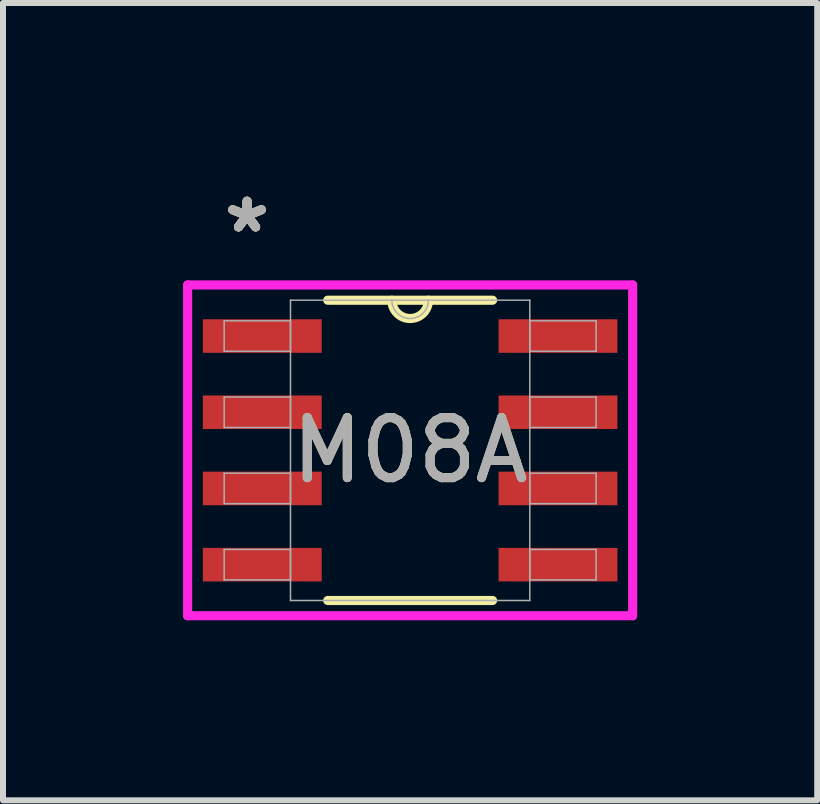
<source format=kicad_pcb>
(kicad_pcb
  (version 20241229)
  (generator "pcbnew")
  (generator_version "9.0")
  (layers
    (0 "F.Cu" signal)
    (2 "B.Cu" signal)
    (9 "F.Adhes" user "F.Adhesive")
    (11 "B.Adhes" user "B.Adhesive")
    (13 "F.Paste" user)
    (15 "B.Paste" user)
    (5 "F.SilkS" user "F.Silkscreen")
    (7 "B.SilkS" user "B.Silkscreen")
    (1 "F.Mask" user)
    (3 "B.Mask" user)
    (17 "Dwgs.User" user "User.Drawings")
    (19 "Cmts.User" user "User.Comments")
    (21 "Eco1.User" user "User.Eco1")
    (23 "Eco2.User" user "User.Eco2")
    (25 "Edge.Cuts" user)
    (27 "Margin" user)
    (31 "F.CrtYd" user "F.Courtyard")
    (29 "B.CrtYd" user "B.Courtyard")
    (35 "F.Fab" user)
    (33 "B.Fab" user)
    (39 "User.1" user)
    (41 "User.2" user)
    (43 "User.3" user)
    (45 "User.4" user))
  (footprint "M08A"
    (layer "F.Cu")
    (at 3.785 4.455)
    (property "Reference" "M08A" (at 0 0 0) (unlocked yes) (layer "F.SilkS") (effects (font (size 1 1) (thickness 0.15))))
    (attr smd)
    (fp_line (start -1.374 2.502) (end 1.374 2.502) (stroke (width 0.152) (type solid)) (layer "F.SilkS"))
    (fp_line (start 1.374 -2.502) (end -1.374 -2.502) (stroke (width 0.152) (type solid)) (layer "F.SilkS"))
    (fp_arc (start 0.3048 -2.5019) (mid 0 -2.1971) (end -0.3048 -2.5019) (stroke (width 0.1524) (type solid)) (layer "F.SilkS"))
    (fp_line (start -3.708 -2.756) (end 3.708 -2.756) (stroke (width 0.152) (type solid)) (layer "F.CrtYd"))
    (fp_line (start -3.708 2.756) (end -3.708 -2.756) (stroke (width 0.152) (type solid)) (layer "F.CrtYd"))
    (fp_line (start 3.708 -2.756) (end 3.708 2.756) (stroke (width 0.152) (type solid)) (layer "F.CrtYd"))
    (fp_line (start 3.708 2.756) (end -3.708 2.756) (stroke (width 0.152) (type solid)) (layer "F.CrtYd"))
    (fp_line (start -3.099 -2.159) (end -3.099 -1.651) (stroke (width 0.025) (type solid)) (layer "F.Fab"))
    (fp_line (start -3.099 -1.651) (end -1.994 -1.651) (stroke (width 0.025) (type solid)) (layer "F.Fab"))
    (fp_line (start -3.099 -0.889) (end -3.099 -0.381) (stroke (width 0.025) (type solid)) (layer "F.Fab"))
    (fp_line (start -3.099 -0.381) (end -1.994 -0.381) (stroke (width 0.025) (type solid)) (layer "F.Fab"))
    (fp_line (start -3.099 0.381) (end -3.099 0.889) (stroke (width 0.025) (type solid)) (layer "F.Fab"))
    (fp_line (start -3.099 0.889) (end -1.994 0.889) (stroke (width 0.025) (type solid)) (layer "F.Fab"))
    (fp_line (start -3.099 1.651) (end -3.099 2.159) (stroke (width 0.025) (type solid)) (layer "F.Fab"))
    (fp_line (start -3.099 2.159) (end -1.994 2.159) (stroke (width 0.025) (type solid)) (layer "F.Fab"))
    (fp_line (start -1.994 -2.502) (end -1.994 2.502) (stroke (width 0.025) (type solid)) (layer "F.Fab"))
    (fp_line (start -1.994 -2.159) (end -3.099 -2.159) (stroke (width 0.025) (type solid)) (layer "F.Fab"))
    (fp_line (start -1.994 -1.651) (end -1.994 -2.159) (stroke (width 0.025) (type solid)) (layer "F.Fab"))
    (fp_line (start -1.994 -0.889) (end -3.099 -0.889) (stroke (width 0.025) (type solid)) (layer "F.Fab"))
    (fp_line (start -1.994 -0.381) (end -1.994 -0.889) (stroke (width 0.025) (type solid)) (layer "F.Fab"))
    (fp_line (start -1.994 0.381) (end -3.099 0.381) (stroke (width 0.025) (type solid)) (layer "F.Fab"))
    (fp_line (start -1.994 0.889) (end -1.994 0.381) (stroke (width 0.025) (type solid)) (layer "F.Fab"))
    (fp_line (start -1.994 1.651) (end -3.099 1.651) (stroke (width 0.025) (type solid)) (layer "F.Fab"))
    (fp_line (start -1.994 2.159) (end -1.994 1.651) (stroke (width 0.025) (type solid)) (layer "F.Fab"))
    (fp_line (start -1.994 2.502) (end 1.994 2.502) (stroke (width 0.025) (type solid)) (layer "F.Fab"))
    (fp_line (start 1.994 -2.502) (end -1.994 -2.502) (stroke (width 0.025) (type solid)) (layer "F.Fab"))
    (fp_line (start 1.994 -2.159) (end 1.994 -1.651) (stroke (width 0.025) (type solid)) (layer "F.Fab"))
    (fp_line (start 1.994 -1.651) (end 3.099 -1.651) (stroke (width 0.025) (type solid)) (layer "F.Fab"))
    (fp_line (start 1.994 -0.889) (end 1.994 -0.381) (stroke (width 0.025) (type solid)) (layer "F.Fab"))
    (fp_line (start 1.994 -0.381) (end 3.099 -0.381) (stroke (width 0.025) (type solid)) (layer "F.Fab"))
    (fp_line (start 1.994 0.381) (end 1.994 0.889) (stroke (width 0.025) (type solid)) (layer "F.Fab"))
    (fp_line (start 1.994 0.889) (end 3.099 0.889) (stroke (width 0.025) (type solid)) (layer "F.Fab"))
    (fp_line (start 1.994 1.651) (end 1.994 2.159) (stroke (width 0.025) (type solid)) (layer "F.Fab"))
    (fp_line (start 1.994 2.159) (end 3.099 2.159) (stroke (width 0.025) (type solid)) (layer "F.Fab"))
    (fp_line (start 1.994 2.502) (end 1.994 -2.502) (stroke (width 0.025) (type solid)) (layer "F.Fab"))
    (fp_line (start 3.099 -2.159) (end 1.994 -2.159) (stroke (width 0.025) (type solid)) (layer "F.Fab"))
    (fp_line (start 3.099 -1.651) (end 3.099 -2.159) (stroke (width 0.025) (type solid)) (layer "F.Fab"))
    (fp_line (start 3.099 -0.889) (end 1.994 -0.889) (stroke (width 0.025) (type solid)) (layer "F.Fab"))
    (fp_line (start 3.099 -0.381) (end 3.099 -0.889) (stroke (width 0.025) (type solid)) (layer "F.Fab"))
    (fp_line (start 3.099 0.381) (end 1.994 0.381) (stroke (width 0.025) (type solid)) (layer "F.Fab"))
    (fp_line (start 3.099 0.889) (end 3.099 0.381) (stroke (width 0.025) (type solid)) (layer "F.Fab"))
    (fp_line (start 3.099 1.651) (end 1.994 1.651) (stroke (width 0.025) (type solid)) (layer "F.Fab"))
    (fp_line (start 3.099 2.159) (end 3.099 1.651) (stroke (width 0.025) (type solid)) (layer "F.Fab"))
    (fp_arc (start 0.3048 -2.5019) (mid 0 -2.1971) (end -0.3048 -2.5019) (stroke (width 0.0254) (type solid)) (layer "F.Fab"))
    (fp_text user "*" (at -2.718 -3.607 0) (layer "F.SilkS") (effects (font (size 1 1) (thickness 0.15))))
    (fp_text user "*" (at -2.718 -3.607 0) (unlocked yes) (layer "F.SilkS") (effects (font (size 1 1) (thickness 0.15))))
    (fp_text user "${REFERENCE}" (at 0 0 0) (unlocked yes) (layer "F.Fab") (effects (font (size 1 1) (thickness 0.15))))
    (fp_text user "*" (at -2.718 -3.607 0) (layer "F.Fab") (effects (font (size 1 1) (thickness 0.15))))
    (fp_text user "*" (at -2.718 -3.607 0) (unlocked yes) (layer "F.Fab") (effects (font (size 1 1) (thickness 0.15))))
    (pad "1" smd rect (at -2.464 -1.905) (size 1.981 0.559) (layers "F.Cu" "F.Mask" "F.Paste"))
    (pad "2" smd rect (at -2.464 -0.635) (size 1.981 0.559) (layers "F.Cu" "F.Mask" "F.Paste"))
    (pad "3" smd rect (at -2.464 0.635) (size 1.981 0.559) (layers "F.Cu" "F.Mask" "F.Paste"))
    (pad "4" smd rect (at -2.464 1.905) (size 1.981 0.559) (layers "F.Cu" "F.Mask" "F.Paste"))
    (pad "5" smd rect (at 2.464 1.905) (size 1.981 0.559) (layers "F.Cu" "F.Mask" "F.Paste"))
    (pad "6" smd rect (at 2.464 0.635) (size 1.981 0.559) (layers "F.Cu" "F.Mask" "F.Paste"))
    (pad "7" smd rect (at 2.464 -0.635) (size 1.981 0.559) (layers "F.Cu" "F.Mask" "F.Paste"))
    (pad "8" smd rect (at 2.464 -1.905) (size 1.981 0.559) (layers "F.Cu" "F.Mask" "F.Paste")))
  (gr_rect
    (start -3 -3)
    (end 10.569 10.287)
    (stroke (width 0.1) (type default))
    (fill no)
    (layer "Edge.Cuts")))
</source>
